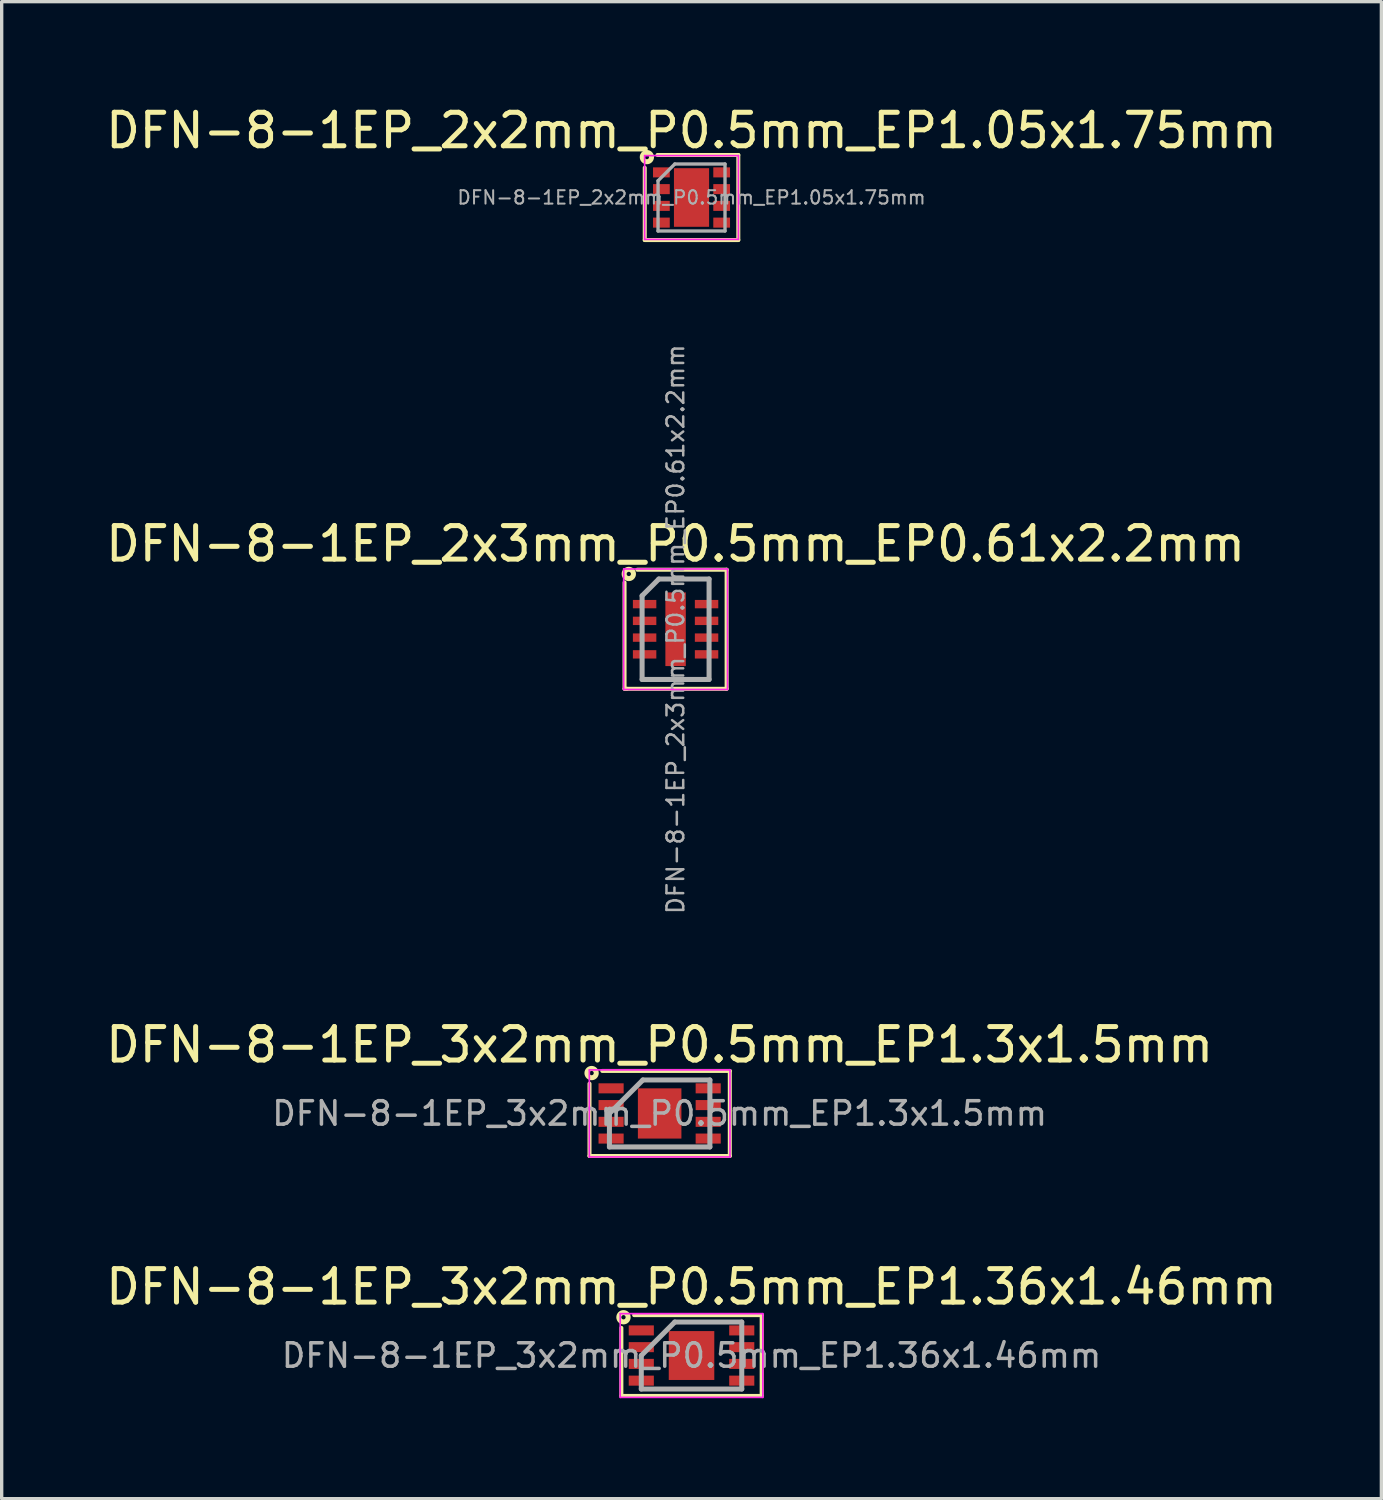
<source format=kicad_pcb>
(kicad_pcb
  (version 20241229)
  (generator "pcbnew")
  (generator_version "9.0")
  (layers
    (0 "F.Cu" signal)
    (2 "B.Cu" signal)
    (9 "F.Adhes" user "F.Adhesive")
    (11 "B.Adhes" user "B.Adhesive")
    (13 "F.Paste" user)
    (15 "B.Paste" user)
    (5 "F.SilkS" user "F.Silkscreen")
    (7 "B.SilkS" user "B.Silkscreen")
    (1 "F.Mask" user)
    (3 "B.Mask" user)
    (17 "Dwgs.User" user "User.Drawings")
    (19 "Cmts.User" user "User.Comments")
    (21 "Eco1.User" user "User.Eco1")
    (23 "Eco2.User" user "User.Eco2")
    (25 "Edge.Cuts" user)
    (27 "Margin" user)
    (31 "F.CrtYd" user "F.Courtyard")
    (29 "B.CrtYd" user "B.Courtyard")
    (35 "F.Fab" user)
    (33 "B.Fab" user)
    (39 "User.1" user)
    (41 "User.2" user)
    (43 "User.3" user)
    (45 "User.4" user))
  (footprint "DFN-8-1EP_3x2mm_P0.5mm_EP1.36x1.46mm"
    (layer "F.Cu")
    (at 17.601 37.43)
    (property "Reference" "DFN-8-1EP_3x2mm_P0.5mm_EP1.36x1.46mm" (at 0 -2.05 0) (layer "F.SilkS") (effects (font (size 1 1) (thickness 0.15))))
    (attr smd)
    (fp_line (start -2.095 -0.826) (end -2.095 1.206) (stroke (width 0.12) (type solid)) (layer "F.SilkS"))
    (fp_line (start -2.095 1.206) (end 2.095 1.206) (stroke (width 0.12) (type solid)) (layer "F.SilkS"))
    (fp_line (start 2.095 -1.206) (end -1.714 -1.206) (stroke (width 0.12) (type solid)) (layer "F.SilkS"))
    (fp_line (start 2.095 1.206) (end 2.095 -1.206) (stroke (width 0.12) (type solid)) (layer "F.SilkS"))
    (fp_circle (center -2.032 -1.143) (end -1.968 -1.143) (stroke (width 0.15) (type solid)) (fill no) (layer "F.SilkS"))
    (fp_line (start -2.13 -1.25) (end -2.13 1.25) (stroke (width 0.05) (type solid)) (layer "F.CrtYd"))
    (fp_line (start -2.13 -1.25) (end 2.13 -1.25) (stroke (width 0.05) (type solid)) (layer "F.CrtYd"))
    (fp_line (start -2.13 1.25) (end 2.13 1.25) (stroke (width 0.05) (type solid)) (layer "F.CrtYd"))
    (fp_line (start 2.13 -1.25) (end 2.13 1.25) (stroke (width 0.05) (type solid)) (layer "F.CrtYd"))
    (fp_line (start -1.5 0) (end -0.5 -1) (stroke (width 0.15) (type solid)) (layer "F.Fab"))
    (fp_line (start -1.5 1) (end -1.5 0) (stroke (width 0.15) (type solid)) (layer "F.Fab"))
    (fp_line (start -0.5 -1) (end 1.5 -1) (stroke (width 0.15) (type solid)) (layer "F.Fab"))
    (fp_line (start 1.5 -1) (end 1.5 1) (stroke (width 0.15) (type solid)) (layer "F.Fab"))
    (fp_line (start 1.5 1) (end -1.5 1) (stroke (width 0.15) (type solid)) (layer "F.Fab"))
    (fp_text user "${REFERENCE}" (at 0 0 0) (layer "F.Fab") (effects (font (size 0.7 0.7) (thickness 0.105))))
    (pad "" smd rect (at -0.325 -0.375) (size 0.5 0.6) (layers "F.Paste"))
    (pad "" smd rect (at -0.325 0.375) (size 0.5 0.6) (layers "F.Paste"))
    (pad "" smd rect (at 0.325 -0.375) (size 0.5 0.6) (layers "F.Paste"))
    (pad "" smd rect (at 0.325 0.375) (size 0.5 0.6) (layers "F.Paste"))
    (pad "1" smd rect (at -1.5 -0.75) (size 0.75 0.3) (layers "F.Cu" "F.Mask" "F.Paste"))
    (pad "2" smd rect (at -1.5 -0.25) (size 0.75 0.3) (layers "F.Cu" "F.Mask" "F.Paste"))
    (pad "3" smd rect (at -1.5 0.25) (size 0.75 0.3) (layers "F.Cu" "F.Mask" "F.Paste"))
    (pad "4" smd rect (at -1.5 0.75) (size 0.75 0.3) (layers "F.Cu" "F.Mask" "F.Paste"))
    (pad "5" smd rect (at 1.5 0.75) (size 0.75 0.3) (layers "F.Cu" "F.Mask" "F.Paste"))
    (pad "6" smd rect (at 1.5 0.25) (size 0.75 0.3) (layers "F.Cu" "F.Mask" "F.Paste"))
    (pad "7" smd rect (at 1.5 -0.25) (size 0.75 0.3) (layers "F.Cu" "F.Mask" "F.Paste"))
    (pad "8" smd rect (at 1.5 -0.75) (size 0.75 0.3) (layers "F.Cu" "F.Mask" "F.Paste"))
    (pad "9" smd rect (at 0 0) (size 1.36 1.46) (layers "F.Cu" "F.Mask")))
  (footprint "DFN-8-1EP_2x3mm_P0.5mm_EP0.61x2.2mm"
    (layer "F.Cu")
    (at 17.125 15.741)
    (property "Reference" "DFN-8-1EP_2x3mm_P0.5mm_EP0.61x2.2mm" (at 0 -2.55 0) (layer "F.SilkS") (effects (font (size 1 1) (thickness 0.15))))
    (attr smd)
    (fp_line (start -1.524 1.778) (end -1.524 -1.397) (stroke (width 0.12) (type solid)) (layer "F.SilkS"))
    (fp_line (start -1.46 1.778) (end -1.524 1.778) (stroke (width 0.12) (type solid)) (layer "F.SilkS"))
    (fp_line (start -1.143 -1.778) (end 1.524 -1.778) (stroke (width 0.12) (type solid)) (layer "F.SilkS"))
    (fp_line (start 1.524 -1.778) (end 1.524 1.778) (stroke (width 0.12) (type solid)) (layer "F.SilkS"))
    (fp_line (start 1.524 1.778) (end -1.46 1.778) (stroke (width 0.12) (type solid)) (layer "F.SilkS"))
    (fp_circle (center -1.397 -1.651) (end -1.333 -1.651) (stroke (width 0.15) (type solid)) (fill no) (layer "F.SilkS"))
    (fp_line (start -1.55 -1.8) (end -1.55 1.8) (stroke (width 0.05) (type solid)) (layer "F.CrtYd"))
    (fp_line (start -1.55 -1.8) (end 1.55 -1.8) (stroke (width 0.05) (type solid)) (layer "F.CrtYd"))
    (fp_line (start -1.55 1.8) (end 1.55 1.8) (stroke (width 0.05) (type solid)) (layer "F.CrtYd"))
    (fp_line (start 1.55 -1.8) (end 1.55 1.8) (stroke (width 0.05) (type solid)) (layer "F.CrtYd"))
    (fp_line (start -1 -1) (end -0.5 -1.5) (stroke (width 0.15) (type solid)) (layer "F.Fab"))
    (fp_line (start -1 1.5) (end -1 -1) (stroke (width 0.15) (type solid)) (layer "F.Fab"))
    (fp_line (start -0.5 -1.5) (end 1 -1.5) (stroke (width 0.15) (type solid)) (layer "F.Fab"))
    (fp_line (start 1 -1.5) (end 1 1.5) (stroke (width 0.15) (type solid)) (layer "F.Fab"))
    (fp_line (start 1 1.5) (end -1 1.5) (stroke (width 0.15) (type solid)) (layer "F.Fab"))
    (fp_text user "${REFERENCE}" (at 0 0 90) (layer "F.Fab") (effects (font (size 0.5 0.5) (thickness 0.075))))
    (pad "" smd rect (at 0 -0.734) (size 0.5 0.59) (layers "F.Paste"))
    (pad "" smd rect (at 0 0) (size 0.5 0.59) (layers "F.Paste"))
    (pad "" smd rect (at 0 0.734) (size 0.5 0.59) (layers "F.Paste"))
    (pad "1" smd rect (at -0.925 -0.75) (size 0.7 0.25) (layers "F.Cu" "F.Mask" "F.Paste"))
    (pad "2" smd rect (at -0.925 -0.25) (size 0.7 0.25) (layers "F.Cu" "F.Mask" "F.Paste"))
    (pad "3" smd rect (at -0.925 0.25) (size 0.7 0.25) (layers "F.Cu" "F.Mask" "F.Paste"))
    (pad "4" smd rect (at -0.925 0.75) (size 0.7 0.25) (layers "F.Cu" "F.Mask" "F.Paste"))
    (pad "5" smd rect (at 0.925 0.75) (size 0.7 0.25) (layers "F.Cu" "F.Mask" "F.Paste"))
    (pad "6" smd rect (at 0.925 0.25) (size 0.7 0.25) (layers "F.Cu" "F.Mask" "F.Paste"))
    (pad "7" smd rect (at 0.925 -0.25) (size 0.7 0.25) (layers "F.Cu" "F.Mask" "F.Paste"))
    (pad "8" smd rect (at 0.925 -0.75) (size 0.7 0.25) (layers "F.Cu" "F.Mask" "F.Paste"))
    (pad "9" smd rect (at 0 0) (size 0.61 2.2) (layers "F.Cu" "F.Mask")))
  (footprint "DFN-8-1EP_3x2mm_P0.5mm_EP1.3x1.5mm"
    (layer "F.Cu")
    (at 16.649 30.201)
    (property "Reference" "DFN-8-1EP_3x2mm_P0.5mm_EP1.3x1.5mm" (at 0 -2.05 0) (layer "F.SilkS") (effects (font (size 1 1) (thickness 0.15))))
    (attr smd)
    (fp_line (start -2.095 1.27) (end -2.095 -0.889) (stroke (width 0.12) (type solid)) (layer "F.SilkS"))
    (fp_line (start -1.714 -1.27) (end 2.095 -1.27) (stroke (width 0.12) (type solid)) (layer "F.SilkS"))
    (fp_line (start 2.095 -1.27) (end 2.095 1.27) (stroke (width 0.12) (type solid)) (layer "F.SilkS"))
    (fp_line (start 2.095 1.27) (end -2.095 1.27) (stroke (width 0.12) (type solid)) (layer "F.SilkS"))
    (fp_circle (center -2.032 -1.206) (end -1.968 -1.206) (stroke (width 0.15) (type solid)) (fill no) (layer "F.SilkS"))
    (fp_line (start -2.1 -1.3) (end -2.1 1.3) (stroke (width 0.05) (type solid)) (layer "F.CrtYd"))
    (fp_line (start -2.1 -1.3) (end 2.1 -1.3) (stroke (width 0.05) (type solid)) (layer "F.CrtYd"))
    (fp_line (start -2.1 1.3) (end 2.1 1.3) (stroke (width 0.05) (type solid)) (layer "F.CrtYd"))
    (fp_line (start 2.1 -1.3) (end 2.1 1.3) (stroke (width 0.05) (type solid)) (layer "F.CrtYd"))
    (fp_line (start -1.5 0) (end -0.5 -1) (stroke (width 0.15) (type solid)) (layer "F.Fab"))
    (fp_line (start -1.5 1) (end -1.5 0) (stroke (width 0.15) (type solid)) (layer "F.Fab"))
    (fp_line (start -0.5 -1) (end 1.5 -1) (stroke (width 0.15) (type solid)) (layer "F.Fab"))
    (fp_line (start 1.5 -1) (end 1.5 1) (stroke (width 0.15) (type solid)) (layer "F.Fab"))
    (fp_line (start 1.5 1) (end -1.5 1) (stroke (width 0.15) (type solid)) (layer "F.Fab"))
    (fp_text user "${REFERENCE}" (at 0 0 0) (layer "F.Fab") (effects (font (size 0.7 0.7) (thickness 0.105))))
    (pad "" smd rect (at -0.325 -0.375) (size 0.5 0.6) (layers "F.Paste"))
    (pad "" smd rect (at -0.325 0.375) (size 0.5 0.6) (layers "F.Paste"))
    (pad "" smd rect (at 0.325 -0.375) (size 0.5 0.6) (layers "F.Paste"))
    (pad "" smd rect (at 0.325 0.375) (size 0.5 0.6) (layers "F.Paste"))
    (pad "1" smd rect (at -1.45 -0.75) (size 0.75 0.3) (layers "F.Cu" "F.Mask" "F.Paste"))
    (pad "2" smd rect (at -1.45 -0.25) (size 0.75 0.3) (layers "F.Cu" "F.Mask" "F.Paste"))
    (pad "3" smd rect (at -1.45 0.25) (size 0.75 0.3) (layers "F.Cu" "F.Mask" "F.Paste"))
    (pad "4" smd rect (at -1.45 0.75) (size 0.75 0.3) (layers "F.Cu" "F.Mask" "F.Paste"))
    (pad "5" smd rect (at 1.45 0.75) (size 0.75 0.3) (layers "F.Cu" "F.Mask" "F.Paste"))
    (pad "6" smd rect (at 1.45 0.25) (size 0.75 0.3) (layers "F.Cu" "F.Mask" "F.Paste"))
    (pad "7" smd rect (at 1.45 -0.25) (size 0.75 0.3) (layers "F.Cu" "F.Mask" "F.Paste"))
    (pad "8" smd rect (at 1.45 -0.75) (size 0.75 0.3) (layers "F.Cu" "F.Mask" "F.Paste"))
    (pad "9" smd rect (at 0 0) (size 1.3 1.5) (layers "F.Cu" "F.Mask")))
  (footprint "DFN-8-1EP_2x2mm_P0.5mm_EP1.05x1.75mm"
    (layer "F.Cu")
    (at 17.601 2.848)
    (property "Reference" "DFN-8-1EP_2x2mm_P0.5mm_EP1.05x1.75mm" (at 0 -2 0) (layer "F.SilkS") (effects (font (size 1 1) (thickness 0.15))))
    (attr smd)
    (fp_line (start -1.397 1.27) (end -1.397 -0.889) (stroke (width 0.12) (type solid)) (layer "F.SilkS"))
    (fp_line (start -1.016 -1.27) (end 1.397 -1.27) (stroke (width 0.12) (type solid)) (layer "F.SilkS"))
    (fp_line (start 1.397 -1.27) (end 1.397 1.27) (stroke (width 0.12) (type solid)) (layer "F.SilkS"))
    (fp_line (start 1.397 1.27) (end -1.397 1.27) (stroke (width 0.12) (type solid)) (layer "F.SilkS"))
    (fp_circle (center -1.333 -1.206) (end -1.27 -1.206) (stroke (width 0.15) (type solid)) (fill no) (layer "F.SilkS"))
    (fp_line (start -1.4 -1.25) (end -1.4 1.25) (stroke (width 0.05) (type solid)) (layer "F.CrtYd"))
    (fp_line (start -1.4 -1.25) (end 1.4 -1.25) (stroke (width 0.05) (type solid)) (layer "F.CrtYd"))
    (fp_line (start -1.4 1.25) (end 1.4 1.25) (stroke (width 0.05) (type solid)) (layer "F.CrtYd"))
    (fp_line (start 1.4 -1.25) (end 1.4 1.25) (stroke (width 0.05) (type solid)) (layer "F.CrtYd"))
    (fp_line (start -1 -0.5) (end -0.5 -1) (stroke (width 0.1) (type solid)) (layer "F.Fab"))
    (fp_line (start -1 1) (end -1 -0.5) (stroke (width 0.1) (type solid)) (layer "F.Fab"))
    (fp_line (start -0.5 -1) (end 1 -1) (stroke (width 0.1) (type solid)) (layer "F.Fab"))
    (fp_line (start 1 -1) (end 1 1) (stroke (width 0.1) (type solid)) (layer "F.Fab"))
    (fp_line (start 1 1) (end -1 1) (stroke (width 0.1) (type solid)) (layer "F.Fab"))
    (fp_text user "${REFERENCE}" (at 0 0 0) (layer "F.Fab") (effects (font (size 0.4 0.4) (thickness 0.06))))
    (pad "" smd rect (at 0 -0.438) (size 0.85 0.65) (layers "F.Paste"))
    (pad "" smd rect (at 0 0.438) (size 0.85 0.65) (layers "F.Paste"))
    (pad "1" smd rect (at -0.9 -0.75) (size 0.5 0.3) (layers "F.Cu" "F.Mask" "F.Paste"))
    (pad "2" smd rect (at -0.9 -0.25) (size 0.5 0.3) (layers "F.Cu" "F.Mask" "F.Paste"))
    (pad "3" smd rect (at -0.9 0.25) (size 0.5 0.3) (layers "F.Cu" "F.Mask" "F.Paste"))
    (pad "4" smd rect (at -0.9 0.75) (size 0.5 0.3) (layers "F.Cu" "F.Mask" "F.Paste"))
    (pad "5" smd rect (at 0.9 0.75) (size 0.5 0.3) (layers "F.Cu" "F.Mask" "F.Paste"))
    (pad "6" smd rect (at 0.9 0.25) (size 0.5 0.3) (layers "F.Cu" "F.Mask" "F.Paste"))
    (pad "7" smd rect (at 0.9 -0.25) (size 0.5 0.3) (layers "F.Cu" "F.Mask" "F.Paste"))
    (pad "8" smd rect (at 0.9 -0.75) (size 0.5 0.3) (layers "F.Cu" "F.Mask" "F.Paste"))
    (pad "9" smd rect (at 0 0) (size 1.05 1.75) (layers "F.Cu" "F.Mask")))
  (gr_rect
    (start -3 -3)
    (end 38.202 41.705)
    (stroke (width 0.1) (type default))
    (fill no)
    (layer "Edge.Cuts")))
</source>
